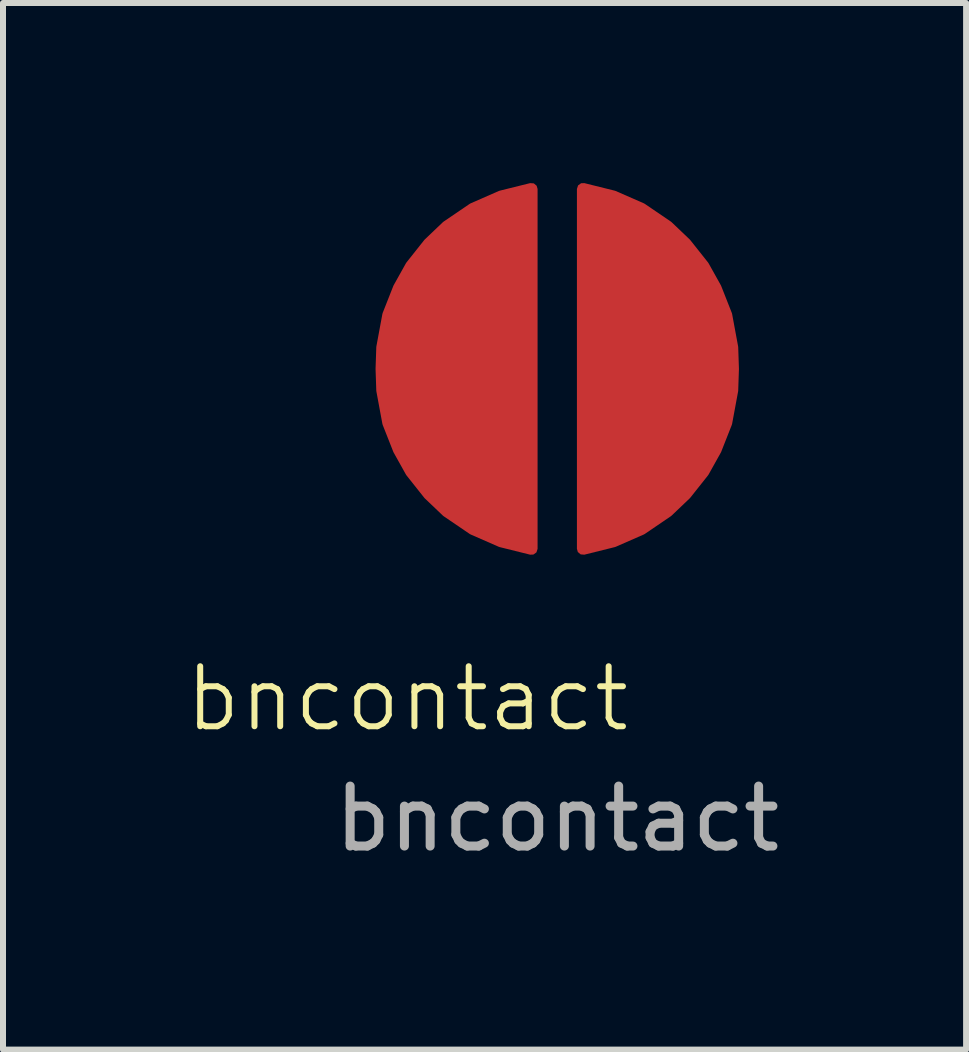
<source format=kicad_pcb>
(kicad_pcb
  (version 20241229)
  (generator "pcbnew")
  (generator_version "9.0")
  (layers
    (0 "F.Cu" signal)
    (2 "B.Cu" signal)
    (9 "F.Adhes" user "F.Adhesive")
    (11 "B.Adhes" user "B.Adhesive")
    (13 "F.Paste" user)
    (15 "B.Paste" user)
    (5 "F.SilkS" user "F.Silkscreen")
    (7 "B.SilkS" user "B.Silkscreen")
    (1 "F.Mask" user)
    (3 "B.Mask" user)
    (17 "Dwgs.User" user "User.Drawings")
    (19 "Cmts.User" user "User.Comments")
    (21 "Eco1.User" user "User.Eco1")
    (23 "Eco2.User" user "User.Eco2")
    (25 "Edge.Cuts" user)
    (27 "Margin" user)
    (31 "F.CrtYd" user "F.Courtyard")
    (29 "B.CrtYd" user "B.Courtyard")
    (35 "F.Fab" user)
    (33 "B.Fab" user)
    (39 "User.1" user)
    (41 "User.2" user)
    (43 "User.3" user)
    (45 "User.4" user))
  (footprint "bncontact"
    (layer "F.Cu")
    (at 6.24 3.1)
    (property "Reference" "bncontact" (at -2.5 5.5 0) (unlocked yes) (layer "F.SilkS") (effects (font (size 1 1) (thickness 0.1))))
    (attr smd)
    (fp_text user "${REFERENCE}" (at 0 7.5 0) (unlocked yes) (layer "F.Fab") (effects (font (size 1 1) (thickness 0.15))))
    (pad "1" smd custom (at -1 0) (size 1.143 1.143) (layers "F.Cu" "F.Mask" "F.Paste") (options (anchor circle)) (primitives (gr_poly (pts (xy -0.572 -0.47) (xy -0.564 -0.536) (xy -0.521 -0.632) (xy -0.447 -0.706) (xy -0.351 -0.748) (xy -0.286 -0.756) (xy 0.286 -0.756) (xy 0.351 -0.748) (xy 0.447 -0.706) (xy 0.521 -0.632) (xy 0.564 -0.536) (xy 0.572 -0.47) (xy 0.572 0.47) (xy 0.564 0.536) (xy 0.521 0.632) (xy 0.447 0.706) (xy 0.351 0.748) (xy 0.286 0.756) (xy -0.286 0.756) (xy -0.351 0.748) (xy -0.447 0.706) (xy -0.521 0.632) (xy -0.564 0.536) (xy -0.572 0.47)) (width 0) (fill yes)) (gr_poly (pts (xy 0.572 0) (xy 0.572 3) (xy 0.065 2.874) (xy -0.403 2.669) (xy -0.838 2.373) (xy -1.139 2.086) (xy -1.435 1.713) (xy -1.64 1.346) (xy -1.817 0.897) (xy -1.917 0.357) (xy -1.929 0)) (width 0.2) (fill yes)) (gr_poly (pts (xy 0.572 0) (xy 0.572 -3) (xy 0.065 -2.874) (xy -0.403 -2.669) (xy -0.838 -2.373) (xy -1.139 -2.086) (xy -1.435 -1.713) (xy -1.64 -1.346) (xy -1.817 -0.897) (xy -1.917 -0.357) (xy -1.929 0)) (width 0.2) (fill yes))))
    (pad "2" smd custom (at 1 0) (size 1.143 1.143) (layers "F.Cu" "F.Mask" "F.Paste") (options (anchor circle)) (primitives (gr_poly (pts (xy 0.572 -0.47) (xy 0.564 -0.536) (xy 0.521 -0.632) (xy 0.447 -0.706) (xy 0.351 -0.748) (xy 0.286 -0.756) (xy -0.286 -0.756) (xy -0.351 -0.748) (xy -0.447 -0.706) (xy -0.521 -0.632) (xy -0.564 -0.536) (xy -0.572 -0.47) (xy -0.572 0.47) (xy -0.564 0.536) (xy -0.521 0.632) (xy -0.447 0.706) (xy -0.351 0.748) (xy -0.286 0.756) (xy 0.286 0.756) (xy 0.351 0.748) (xy 0.447 0.706) (xy 0.521 0.632) (xy 0.564 0.536) (xy 0.572 0.47)) (width 0) (fill yes)) (gr_poly (pts (xy -0.572 0) (xy -0.572 3) (xy -0.065 2.874) (xy 0.403 2.669) (xy 0.838 2.373) (xy 1.139 2.086) (xy 1.435 1.713) (xy 1.64 1.346) (xy 1.817 0.897) (xy 1.917 0.357) (xy 1.929 0)) (width 0.2) (fill yes)) (gr_poly (pts (xy -0.572 0) (xy -0.572 -3) (xy -0.065 -2.874) (xy 0.403 -2.669) (xy 0.838 -2.373) (xy 1.139 -2.086) (xy 1.435 -1.713) (xy 1.64 -1.346) (xy 1.817 -0.897) (xy 1.917 -0.357) (xy 1.929 0)) (width 0.2) (fill yes)))))
  (gr_rect
    (start -3 -3)
    (end 13.056 14.448)
    (stroke (width 0.1) (type default))
    (fill no)
    (layer "Edge.Cuts")))
</source>
